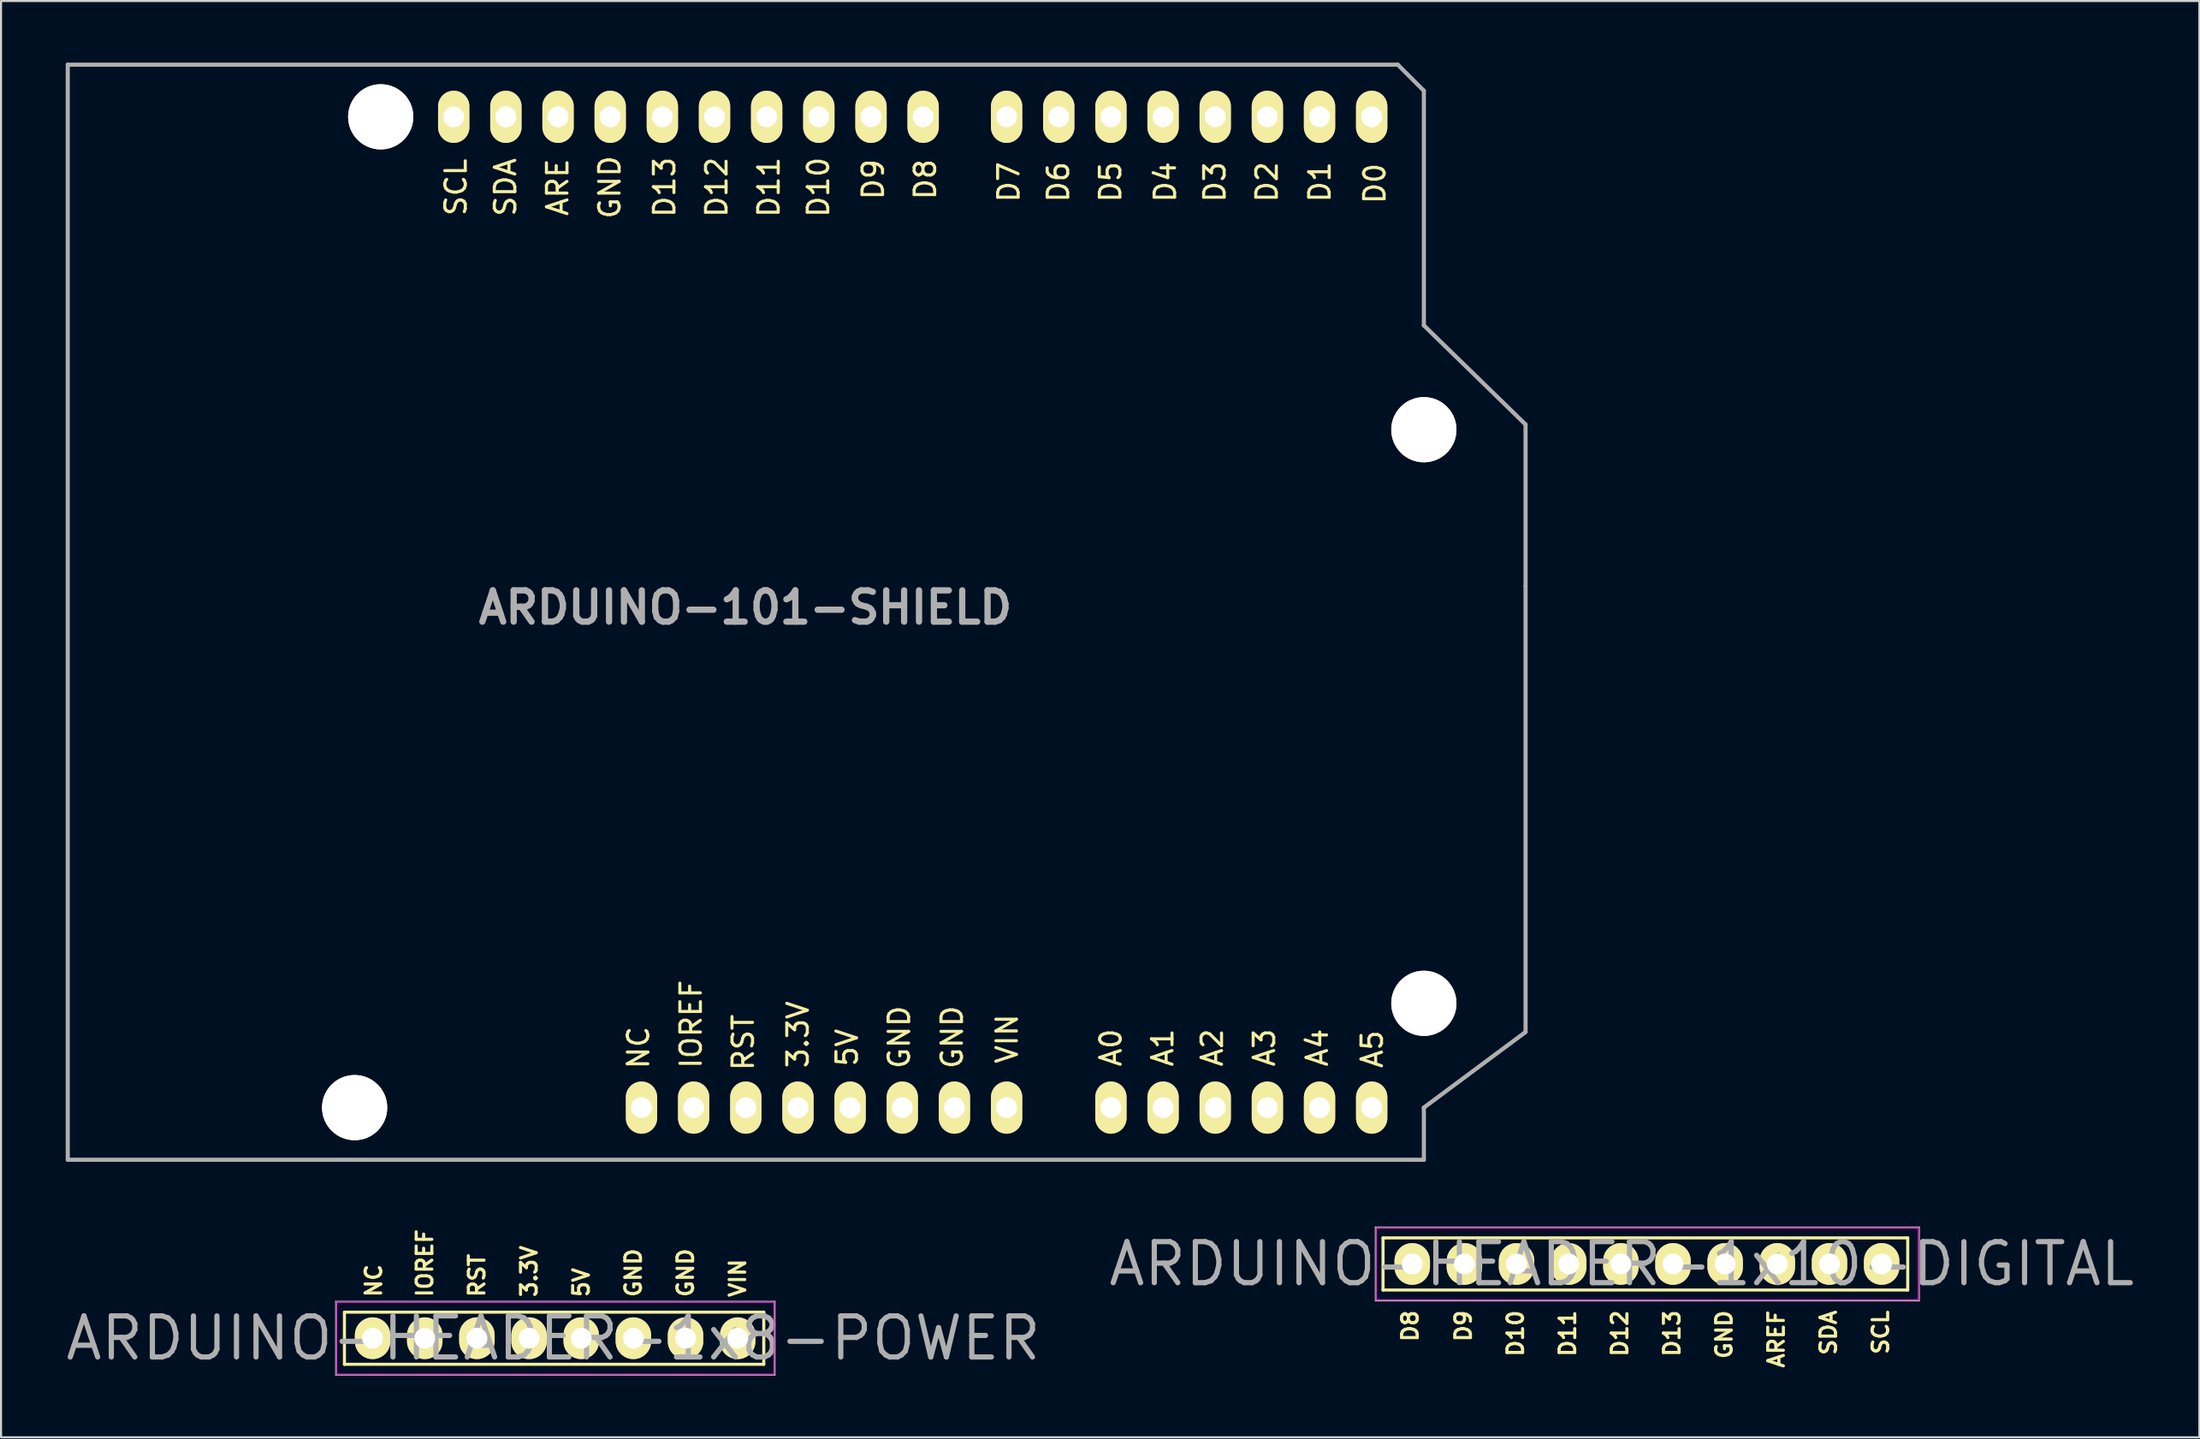
<source format=kicad_pcb>
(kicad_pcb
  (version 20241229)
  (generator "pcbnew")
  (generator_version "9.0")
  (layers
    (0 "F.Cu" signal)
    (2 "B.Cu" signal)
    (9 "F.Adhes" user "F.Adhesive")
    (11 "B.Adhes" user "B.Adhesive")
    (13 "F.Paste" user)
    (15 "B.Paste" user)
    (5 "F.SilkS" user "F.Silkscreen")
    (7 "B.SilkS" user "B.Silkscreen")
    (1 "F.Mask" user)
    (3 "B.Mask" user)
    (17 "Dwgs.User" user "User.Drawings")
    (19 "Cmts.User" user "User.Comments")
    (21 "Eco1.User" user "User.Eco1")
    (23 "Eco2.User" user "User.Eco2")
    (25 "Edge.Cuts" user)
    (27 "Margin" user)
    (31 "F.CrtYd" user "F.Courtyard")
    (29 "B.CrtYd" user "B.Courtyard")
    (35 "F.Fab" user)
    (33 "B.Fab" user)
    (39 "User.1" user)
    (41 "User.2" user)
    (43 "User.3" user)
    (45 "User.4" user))
  (footprint "ARDUINO-HEADER-1x8-POWER"
    (layer "F.Cu")
    (at 15.095 62.133)
    (property "Reference" "ARDUINO-HEADER-1x8-POWER" (at 8.8 0 0) (layer "F.Fab") (effects (font (size 2 2) (thickness 0.254))))
    (attr smd)
    (fp_line (start -1.372 1.27) (end -1.372 -1.27) (stroke (width 0.15) (type solid)) (layer "F.SilkS"))
    (fp_line (start -1.372 1.27) (end 19.05 1.27) (stroke (width 0.15) (type solid)) (layer "F.SilkS"))
    (fp_line (start 19.05 -1.27) (end -1.372 -1.27) (stroke (width 0.15) (type solid)) (layer "F.SilkS"))
    (fp_line (start 19.05 1.27) (end 19.05 -1.27) (stroke (width 0.15) (type solid)) (layer "F.SilkS"))
    (fp_line (start -1.75 -1.75) (end -1.75 1.75) (stroke (width 0.05) (type solid)) (layer "F.CrtYd"))
    (fp_line (start -1.75 -1.75) (end 19.55 -1.75) (stroke (width 0.05) (type solid)) (layer "F.CrtYd"))
    (fp_line (start -1.75 1.75) (end 19.55 1.75) (stroke (width 0.05) (type solid)) (layer "F.CrtYd"))
    (fp_line (start 19.55 -1.75) (end 19.55 1.75) (stroke (width 0.05) (type solid)) (layer "F.CrtYd"))
    (fp_line (start -1.8 -1.8) (end -1.8 1.8) (stroke (width 0.05) (type solid)) (layer "F.Fab"))
    (fp_line (start -1.8 1.8) (end 19.6 1.8) (stroke (width 0.05) (type solid)) (layer "F.Fab"))
    (fp_line (start 19.5 -1.8) (end -1.8 -1.8) (stroke (width 0.05) (type solid)) (layer "F.Fab"))
    (fp_line (start 19.6 -1.8) (end 19.5 -1.8) (stroke (width 0.05) (type solid)) (layer "F.Fab"))
    (fp_line (start 19.6 1.8) (end 19.6 -1.8) (stroke (width 0.05) (type solid)) (layer "F.Fab"))
    (fp_text user "VIN" (at 17.78 -2.932 90) (layer "F.SilkS") (effects (font (size 0.762 0.762) (thickness 0.152))))
    (fp_text user "RST" (at 5.08 -3.059 90) (layer "F.SilkS") (effects (font (size 0.762 0.762) (thickness 0.152))))
    (fp_text user "IOREF" (at 2.54 -3.658 90) (layer "F.SilkS") (effects (font (size 0.762 0.762) (thickness 0.152))))
    (fp_text user "3.3V" (at 7.62 -3.258 90) (layer "F.SilkS") (effects (font (size 0.762 0.762) (thickness 0.152))))
    (fp_text user "NC" (at 0.051 -2.805 90) (layer "F.SilkS") (effects (font (size 0.762 0.762) (thickness 0.152))))
    (fp_text user "5V" (at 10.16 -2.714 90) (layer "F.SilkS") (effects (font (size 0.762 0.762) (thickness 0.152))))
    (fp_text user "GND" (at 12.7 -3.186 90) (layer "F.SilkS") (effects (font (size 0.762 0.762) (thickness 0.152))))
    (fp_text user "GND" (at 15.24 -3.186 90) (layer "F.SilkS") (effects (font (size 0.762 0.762) (thickness 0.152))))
    (pad "3V3" thru_hole oval (at 7.62 0) (size 1.727 2.032) (drill 1.016) (layers "*.Cu" "*.Mask" "F.SilkS"))
    (pad "5V" thru_hole oval (at 10.16 0) (size 1.727 2.032) (drill 1.016) (layers "*.Cu" "*.Mask" "F.SilkS"))
    (pad "GND1" thru_hole oval (at 12.7 0) (size 1.727 2.032) (drill 1.016) (layers "*.Cu" "*.Mask" "F.SilkS"))
    (pad "GND2" thru_hole oval (at 15.24 0) (size 1.727 2.032) (drill 1.016) (layers "*.Cu" "*.Mask" "F.SilkS"))
    (pad "IO" thru_hole oval (at 2.54 0) (size 1.727 2.032) (drill 1.016) (layers "*.Cu" "*.Mask" "F.SilkS"))
    (pad "NC" thru_hole oval (at 0 0) (size 1.727 2.032) (drill 1.016) (layers "*.Cu" "*.Mask" "F.SilkS"))
    (pad "RST" thru_hole oval (at 5.08 0) (size 1.727 2.032) (drill 1.016) (layers "*.Cu" "*.Mask" "F.SilkS"))
    (pad "VIN" thru_hole oval (at 17.78 0) (size 1.727 2.032) (drill 1.016) (layers "*.Cu" "*.Mask" "F.SilkS")))
  (footprint "ARDUINO-HEADER-1x10-DIGITAL"
    (layer "F.Cu")
    (at 65.724 58.515)
    (property "Reference" "ARDUINO-HEADER-1x10-DIGITAL" (at 10.2 0 0) (layer "F.Fab") (effects (font (size 2 2) (thickness 0.254))))
    (attr smd)
    (fp_line (start -1.422 1.27) (end -1.422 -1.27) (stroke (width 0.15) (type solid)) (layer "F.SilkS"))
    (fp_line (start -1.422 1.27) (end 24.13 1.27) (stroke (width 0.15) (type solid)) (layer "F.SilkS"))
    (fp_line (start 24.13 -1.27) (end -1.422 -1.27) (stroke (width 0.15) (type solid)) (layer "F.SilkS"))
    (fp_line (start 24.13 1.27) (end 24.13 -1.27) (stroke (width 0.15) (type solid)) (layer "F.SilkS"))
    (fp_line (start -1.75 -1.75) (end -1.75 1.75) (stroke (width 0.05) (type solid)) (layer "F.CrtYd"))
    (fp_line (start -1.75 -1.75) (end 24.65 -1.75) (stroke (width 0.05) (type solid)) (layer "F.CrtYd"))
    (fp_line (start -1.75 1.75) (end 24.65 1.75) (stroke (width 0.05) (type solid)) (layer "F.CrtYd"))
    (fp_line (start 24.65 -1.75) (end 24.65 1.75) (stroke (width 0.05) (type solid)) (layer "F.CrtYd"))
    (fp_line (start -1.8 -1.8) (end 24.7 -1.8) (stroke (width 0.05) (type solid)) (layer "F.Fab"))
    (fp_line (start -1.8 1.8) (end -1.8 -1.8) (stroke (width 0.05) (type solid)) (layer "F.Fab"))
    (fp_line (start 24.7 -1.8) (end 24.7 1.8) (stroke (width 0.05) (type solid)) (layer "F.Fab"))
    (fp_line (start 24.7 1.8) (end -1.8 1.8) (stroke (width 0.05) (type solid)) (layer "F.Fab"))
    (fp_text user "GND" (at 15.189 3.44 90) (layer "F.SilkS") (effects (font (size 0.762 0.762) (thickness 0.152))))
    (fp_text user "SCL" (at 22.809 3.331 90) (layer "F.SilkS") (effects (font (size 0.762 0.762) (thickness 0.152))))
    (fp_text user "D13" (at 12.649 3.385 90) (layer "F.SilkS") (effects (font (size 0.762 0.762) (thickness 0.152))))
    (fp_text user "SDA" (at 20.269 3.349 90) (layer "F.SilkS") (effects (font (size 0.762 0.762) (thickness 0.152))))
    (fp_text user "D10" (at 5.029 3.385 90) (layer "F.SilkS") (effects (font (size 0.762 0.762) (thickness 0.152))))
    (fp_text user "D8" (at -0.102 3.023 90) (layer "F.SilkS") (effects (font (size 0.762 0.762) (thickness 0.152))))
    (fp_text user "D12" (at 10.109 3.385 90) (layer "F.SilkS") (effects (font (size 0.762 0.762) (thickness 0.152))))
    (fp_text user "AREF" (at 17.729 3.658 90) (layer "F.SilkS") (effects (font (size 0.762 0.762) (thickness 0.152))))
    (fp_text user "D9" (at 2.489 3.023 90) (layer "F.SilkS") (effects (font (size 0.762 0.762) (thickness 0.152))))
    (fp_text user "D11" (at 7.569 3.385 90) (layer "F.SilkS") (effects (font (size 0.762 0.762) (thickness 0.152))))
    (pad "AREF" thru_hole oval (at 17.78 0) (size 1.727 2.032) (drill 1.016) (layers "*.Cu" "*.Mask" "F.SilkS"))
    (pad "D8" thru_hole oval (at 0 0) (size 1.727 2.032) (drill 1.016) (layers "*.Cu" "*.Mask" "F.SilkS"))
    (pad "D9" thru_hole oval (at 2.54 0) (size 1.727 2.032) (drill 1.016) (layers "*.Cu" "*.Mask" "F.SilkS"))
    (pad "D10" thru_hole oval (at 5.08 0) (size 1.727 2.032) (drill 1.016) (layers "*.Cu" "*.Mask" "F.SilkS"))
    (pad "D11" thru_hole oval (at 7.62 0) (size 1.727 2.032) (drill 1.016) (layers "*.Cu" "*.Mask" "F.SilkS"))
    (pad "D12" thru_hole oval (at 10.16 0) (size 1.727 2.032) (drill 1.016) (layers "*.Cu" "*.Mask" "F.SilkS"))
    (pad "D13" thru_hole oval (at 12.7 0) (size 1.727 2.032) (drill 1.016) (layers "*.Cu" "*.Mask" "F.SilkS"))
    (pad "GND3" thru_hole oval (at 15.24 0) (size 1.727 2.032) (drill 1.016) (layers "*.Cu" "*.Mask" "F.SilkS"))
    (pad "SCL" thru_hole oval (at 22.86 0) (size 1.727 2.032) (drill 1.016) (layers "*.Cu" "*.Mask" "F.SilkS"))
    (pad "SDA" thru_hole oval (at 20.32 0) (size 1.727 2.032) (drill 1.016) (layers "*.Cu" "*.Mask" "F.SilkS")))
  (footprint "ARDUINO-101-SHIELD"
    (layer "F.Cu")
    (at 0.25 53.44)
    (property "Reference" "ARDUINO-101-SHIELD" (at 33 -26.9 0) (layer "F.Fab") (effects (font (size 1.524 1.524) (thickness 0.305))))
    (attr smd)
    (fp_line (start 0 0) (end 0 -53.34) (stroke (width 0.2) (type solid)) (layer "F.Fab"))
    (fp_line (start 0 0) (end 66.04 0) (stroke (width 0.2) (type solid)) (layer "F.Fab"))
    (fp_line (start 64.77 -53.34) (end 0 -53.34) (stroke (width 0.2) (type solid)) (layer "F.Fab"))
    (fp_line (start 66.04 -52.07) (end 64.77 -53.34) (stroke (width 0.2) (type solid)) (layer "F.Fab"))
    (fp_line (start 66.04 -40.64) (end 66.04 -52.07) (stroke (width 0.2) (type solid)) (layer "F.Fab"))
    (fp_line (start 66.04 -40.64) (end 70.993 -35.814) (stroke (width 0.2) (type solid)) (layer "F.Fab"))
    (fp_line (start 66.04 -2.54) (end 66.04 0) (stroke (width 0.2) (type solid)) (layer "F.Fab"))
    (fp_line (start 66.04 -2.54) (end 70.993 -6.223) (stroke (width 0.2) (type solid)) (layer "F.Fab"))
    (fp_line (start 70.993 -35.814) (end 70.993 -27.94) (stroke (width 0.2) (type solid)) (layer "F.Fab"))
    (fp_line (start 70.993 -27.94) (end 70.993 -6.223) (stroke (width 0.2) (type solid)) (layer "F.Fab"))
    (fp_text user "5V" (at 37.953 -5.461 90) (layer "F.SilkS") (effects (font (size 1 1) (thickness 0.15))))
    (fp_text user "D5" (at 50.78 -47.625 90) (layer "F.SilkS") (effects (font (size 1 1) (thickness 0.15))))
    (fp_text user "A3" (at 58.273 -5.461 90) (layer "F.SilkS") (effects (font (size 1 1) (thickness 0.15))))
    (fp_text user "D7" (at 45.827 -47.625 90) (layer "F.SilkS") (effects (font (size 1 1) (thickness 0.15))))
    (fp_text user "ARE" (at 23.856 -47.371 90) (layer "F.SilkS") (effects (font (size 1 1) (thickness 0.15))))
    (fp_text user "D9" (at 39.223 -47.752 90) (layer "F.SilkS") (effects (font (size 1 1) (thickness 0.15))))
    (fp_text user "A0" (at 50.8 -5.461 90) (layer "F.SilkS") (effects (font (size 1 1) (thickness 0.15))))
    (fp_text user "A4" (at 60.848 -5.461 90) (layer "F.SilkS") (effects (font (size 1 1) (thickness 0.15))))
    (fp_text user "GND" (at 40.493 -5.969 90) (layer "F.SilkS") (effects (font (size 1 1) (thickness 0.15))))
    (fp_text user "D10" (at 36.556 -47.371 90) (layer "F.SilkS") (effects (font (size 1 1) (thickness 0.15))))
    (fp_text user "D13" (at 29.063 -47.371 90) (layer "F.SilkS") (effects (font (size 1 1) (thickness 0.15))))
    (fp_text user "D12" (at 31.603 -47.371 90) (layer "F.SilkS") (effects (font (size 1 1) (thickness 0.15))))
    (fp_text user "D11" (at 34.143 -47.371 90) (layer "F.SilkS") (effects (font (size 1 1) (thickness 0.15))))
    (fp_text user "IOREF" (at 30.353 -6.604 90) (layer "F.SilkS") (effects (font (size 1 1) (thickness 0.15))))
    (fp_text user "A5" (at 63.523 -5.386 90) (layer "F.SilkS") (effects (font (size 1 1) (thickness 0.15))))
    (fp_text user "VIN" (at 45.743 -5.894 90) (layer "F.SilkS") (effects (font (size 1 1) (thickness 0.15))))
    (fp_text user "D2" (at 58.4 -47.625 90) (layer "F.SilkS") (effects (font (size 1 1) (thickness 0.15))))
    (fp_text user "D4" (at 53.447 -47.625 90) (layer "F.SilkS") (effects (font (size 1 1) (thickness 0.15))))
    (fp_text user "D3" (at 55.86 -47.625 90) (layer "F.SilkS") (effects (font (size 1 1) (thickness 0.15))))
    (fp_text user "A2" (at 55.733 -5.461 90) (layer "F.SilkS") (effects (font (size 1 1) (thickness 0.15))))
    (fp_text user "SCL" (at 18.903 -47.371 90) (layer "F.SilkS") (effects (font (size 1 1) (thickness 0.15))))
    (fp_text user "A1" (at 53.32 -5.461 90) (layer "F.SilkS") (effects (font (size 1 1) (thickness 0.15))))
    (fp_text user "D0" (at 63.65 -47.55 90) (layer "F.SilkS") (effects (font (size 1 1) (thickness 0.15))))
    (fp_text user "GND" (at 26.396 -47.371 90) (layer "F.SilkS") (effects (font (size 1 1) (thickness 0.15))))
    (fp_text user "GND" (at 43.068 -5.969 90) (layer "F.SilkS") (effects (font (size 1 1) (thickness 0.15))))
    (fp_text user "D6" (at 48.24 -47.625 90) (layer "F.SilkS") (effects (font (size 1 1) (thickness 0.15))))
    (fp_text user "SDA" (at 21.316 -47.371 90) (layer "F.SilkS") (effects (font (size 1 1) (thickness 0.15))))
    (fp_text user "D1" (at 60.975 -47.625 90) (layer "F.SilkS") (effects (font (size 1 1) (thickness 0.15))))
    (fp_text user "NC" (at 27.793 -5.461 90) (layer "F.SilkS") (effects (font (size 1 1) (thickness 0.15))))
    (fp_text user "D8" (at 41.763 -47.752 90) (layer "F.SilkS") (effects (font (size 1 1) (thickness 0.15))))
    (fp_text user "3.3V" (at 35.56 -6.096 90) (layer "F.SilkS") (effects (font (size 1 1) (thickness 0.15))))
    (fp_text user "RST" (at 32.893 -5.715 90) (layer "F.SilkS") (effects (font (size 1 1) (thickness 0.15))))
    (pad "" np_thru_hole circle (at 13.97 -2.54 90) (size 3.175 3.175) (drill 3.175) (layers "*.Cu" "*.Mask" "F.SilkS"))
    (pad "" np_thru_hole circle (at 15.24 -50.8 90) (size 3.175 3.175) (drill 3.175) (layers "*.Cu" "*.Mask" "F.SilkS"))
    (pad "" np_thru_hole circle (at 66.04 -35.56 90) (size 3.175 3.175) (drill 3.175) (layers "*.Cu" "*.Mask" "F.SilkS"))
    (pad "" np_thru_hole circle (at 66.04 -7.62 90) (size 3.175 3.175) (drill 3.175) (layers "*.Cu" "*.Mask" "F.SilkS"))
    (pad "3V3" thru_hole oval (at 35.56 -2.54 90) (size 2.54 1.524) (drill 1.016) (layers "*.Cu" "*.Mask" "F.SilkS"))
    (pad "5V" thru_hole oval (at 38.1 -2.54 90) (size 2.54 1.524) (drill 1.016) (layers "*.Cu" "*.Mask" "F.SilkS"))
    (pad "A0" thru_hole oval (at 50.8 -2.54 90) (size 2.54 1.524) (drill 1.016) (layers "*.Cu" "*.Mask" "F.SilkS"))
    (pad "A1" thru_hole oval (at 53.34 -2.54 90) (size 2.54 1.524) (drill 1.016) (layers "*.Cu" "*.Mask" "F.SilkS"))
    (pad "A2" thru_hole oval (at 55.88 -2.54 90) (size 2.54 1.524) (drill 1.016) (layers "*.Cu" "*.Mask" "F.SilkS"))
    (pad "A3" thru_hole oval (at 58.42 -2.54 90) (size 2.54 1.524) (drill 1.016) (layers "*.Cu" "*.Mask" "F.SilkS"))
    (pad "A4" thru_hole oval (at 60.96 -2.54 90) (size 2.54 1.524) (drill 1.016) (layers "*.Cu" "*.Mask" "F.SilkS"))
    (pad "A5" thru_hole oval (at 63.5 -2.54 90) (size 2.54 1.524) (drill 1.016) (layers "*.Cu" "*.Mask" "F.SilkS"))
    (pad "AREF" thru_hole oval (at 23.876 -50.8 90) (size 2.54 1.524) (drill 1.016) (layers "*.Cu" "*.Mask" "F.SilkS"))
    (pad "D0" thru_hole oval (at 63.5 -50.8 90) (size 2.54 1.524) (drill 1.016) (layers "*.Cu" "*.Mask" "F.SilkS"))
    (pad "D1" thru_hole oval (at 60.96 -50.8 90) (size 2.54 1.524) (drill 1.016) (layers "*.Cu" "*.Mask" "F.SilkS"))
    (pad "D2" thru_hole oval (at 58.42 -50.8 90) (size 2.54 1.524) (drill 1.016) (layers "*.Cu" "*.Mask" "F.SilkS"))
    (pad "D3" thru_hole oval (at 55.88 -50.8 90) (size 2.54 1.524) (drill 1.016) (layers "*.Cu" "*.Mask" "F.SilkS"))
    (pad "D4" thru_hole oval (at 53.34 -50.8 90) (size 2.54 1.524) (drill 1.016) (layers "*.Cu" "*.Mask" "F.SilkS"))
    (pad "D5" thru_hole oval (at 50.8 -50.8 90) (size 2.54 1.524) (drill 1.016) (layers "*.Cu" "*.Mask" "F.SilkS"))
    (pad "D6" thru_hole oval (at 48.26 -50.8 90) (size 2.54 1.524) (drill 1.016) (layers "*.Cu" "*.Mask" "F.SilkS"))
    (pad "D7" thru_hole oval (at 45.72 -50.8 90) (size 2.54 1.524) (drill 1.016) (layers "*.Cu" "*.Mask" "F.SilkS"))
    (pad "D8" thru_hole oval (at 41.656 -50.8 90) (size 2.54 1.524) (drill 1.016) (layers "*.Cu" "*.Mask" "F.SilkS"))
    (pad "D9" thru_hole oval (at 39.116 -50.8 90) (size 2.54 1.524) (drill 1.016) (layers "*.Cu" "*.Mask" "F.SilkS"))
    (pad "D10" thru_hole oval (at 36.576 -50.8 90) (size 2.54 1.524) (drill 1.016) (layers "*.Cu" "*.Mask" "F.SilkS"))
    (pad "D11" thru_hole oval (at 34.036 -50.8 90) (size 2.54 1.524) (drill 1.016) (layers "*.Cu" "*.Mask" "F.SilkS"))
    (pad "D12" thru_hole oval (at 31.496 -50.8 90) (size 2.54 1.524) (drill 1.016) (layers "*.Cu" "*.Mask" "F.SilkS"))
    (pad "D13" thru_hole oval (at 28.956 -50.8 90) (size 2.54 1.524) (drill 1.016) (layers "*.Cu" "*.Mask" "F.SilkS"))
    (pad "GND1" thru_hole oval (at 40.64 -2.54 90) (size 2.54 1.524) (drill 1.016) (layers "*.Cu" "*.Mask" "F.SilkS"))
    (pad "GND2" thru_hole oval (at 43.18 -2.54 90) (size 2.54 1.524) (drill 1.016) (layers "*.Cu" "*.Mask" "F.SilkS"))
    (pad "GND3" thru_hole oval (at 26.416 -50.8 90) (size 2.54 1.524) (drill 1.016) (layers "*.Cu" "*.Mask" "F.SilkS"))
    (pad "IO" thru_hole oval (at 30.48 -2.54 90) (size 2.54 1.524) (drill 1.016) (layers "*.Cu" "*.Mask" "F.SilkS"))
    (pad "NC" thru_hole oval (at 27.94 -2.54 90) (size 2.54 1.524) (drill 1.016) (layers "*.Cu" "*.Mask" "F.SilkS"))
    (pad "RST" thru_hole oval (at 33.02 -2.54 90) (size 2.54 1.524) (drill 1.016) (layers "*.Cu" "*.Mask" "F.SilkS"))
    (pad "SCL" thru_hole oval (at 18.796 -50.8 90) (size 2.54 1.524) (drill 1.016) (layers "*.Cu" "*.Mask" "F.SilkS"))
    (pad "SDA" thru_hole oval (at 21.336 -50.8 90) (size 2.54 1.524) (drill 1.016) (layers "*.Cu" "*.Mask" "F.SilkS"))
    (pad "VIN" thru_hole oval (at 45.72 -2.54 90) (size 2.54 1.524) (drill 1.016) (layers "*.Cu" "*.Mask" "F.SilkS")))
  (gr_rect
    (start -3 -3)
    (end 104.057 66.958)
    (stroke (width 0.1) (type default))
    (fill no)
    (layer "Edge.Cuts")))
</source>
